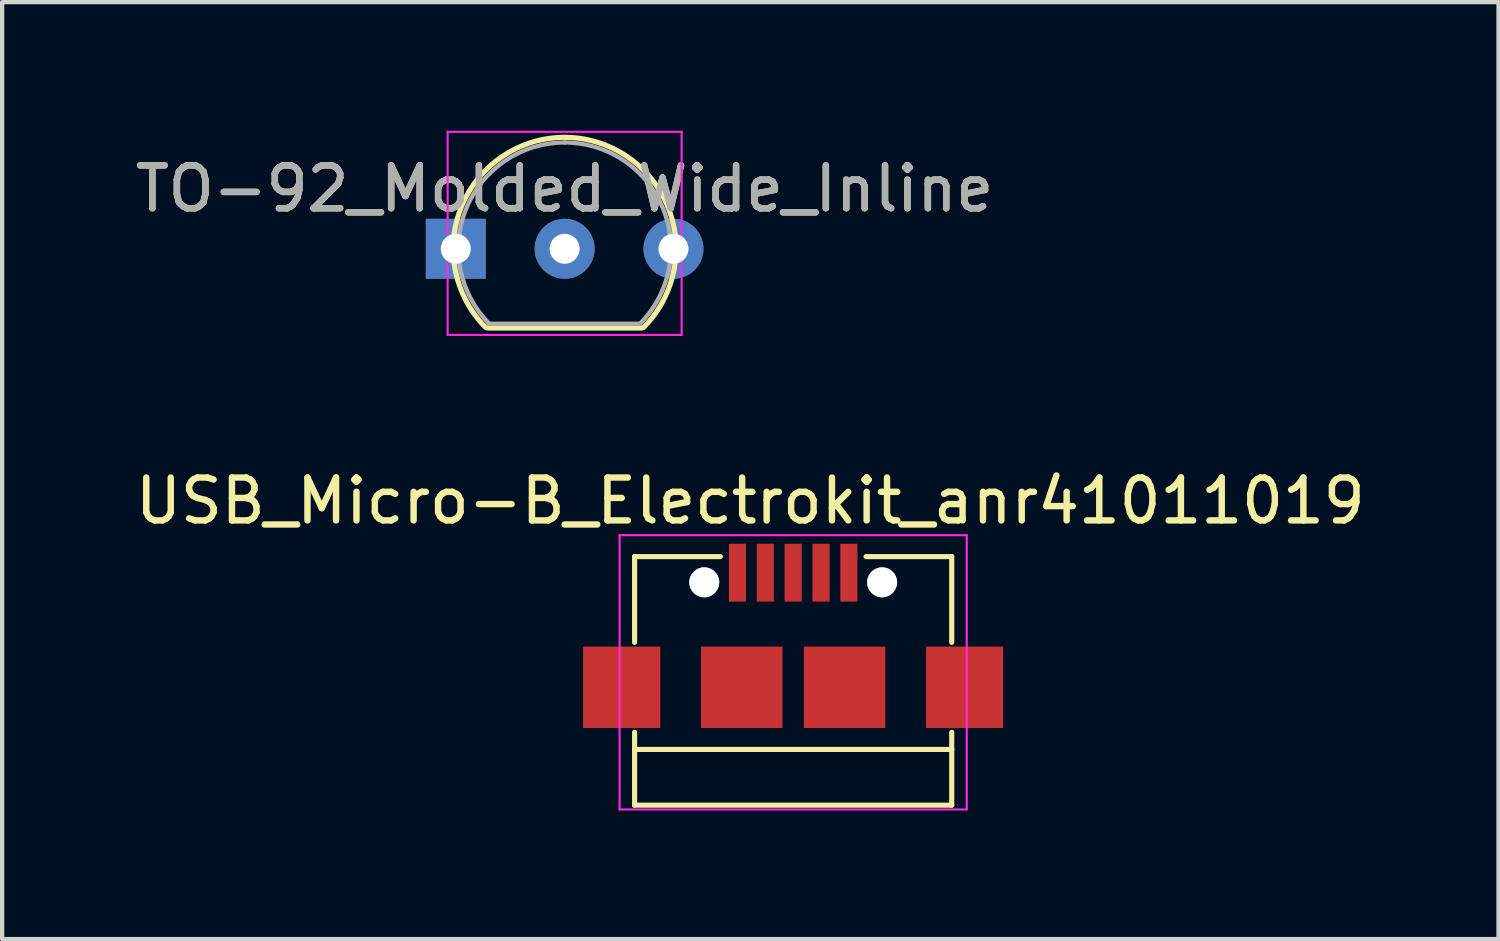
<source format=kicad_pcb>
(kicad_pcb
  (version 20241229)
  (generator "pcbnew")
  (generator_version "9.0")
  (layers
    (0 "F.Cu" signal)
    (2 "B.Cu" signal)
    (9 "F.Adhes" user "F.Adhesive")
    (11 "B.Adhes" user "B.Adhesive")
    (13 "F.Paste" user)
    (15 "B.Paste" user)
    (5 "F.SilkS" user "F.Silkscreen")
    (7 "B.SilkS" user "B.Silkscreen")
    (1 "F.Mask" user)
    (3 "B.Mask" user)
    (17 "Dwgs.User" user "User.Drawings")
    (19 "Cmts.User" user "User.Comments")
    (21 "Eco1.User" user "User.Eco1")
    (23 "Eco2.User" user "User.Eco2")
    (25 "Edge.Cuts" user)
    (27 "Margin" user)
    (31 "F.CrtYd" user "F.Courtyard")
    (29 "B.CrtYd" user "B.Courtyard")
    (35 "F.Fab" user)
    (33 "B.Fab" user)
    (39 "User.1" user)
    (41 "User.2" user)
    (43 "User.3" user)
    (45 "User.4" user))
  (footprint "TO-92_Molded_Wide_Inline"
    (layer "F.Cu")
    (at 8.855 2.755)
    (property "Reference" "TO-92_Molded_Wide_Inline" (at 1.27 -1.401 0) (layer "F.SilkS") (effects (font (size 1 1) (thickness 0.15))))
    (attr through_hole)
    (fp_line (start -0.53 1.85) (end 3.07 1.85) (stroke (width 0.12) (type solid)) (layer "F.SilkS"))
    (fp_arc (start -0.568478 1.838478) (mid -1.132087 -0.994977) (end 1.27 -2.6) (stroke (width 0.12) (type solid)) (layer "F.SilkS"))
    (fp_arc (start 1.27 -2.6) (mid 3.672087 -0.994977) (end 3.108478 1.838478) (stroke (width 0.12) (type solid)) (layer "F.SilkS"))
    (fp_line (start -1.46 -2.73) (end -1.46 2.01) (stroke (width 0.05) (type solid)) (layer "F.CrtYd"))
    (fp_line (start -1.46 -2.73) (end 4 -2.73) (stroke (width 0.05) (type solid)) (layer "F.CrtYd"))
    (fp_line (start 4 2.01) (end -1.46 2.01) (stroke (width 0.05) (type solid)) (layer "F.CrtYd"))
    (fp_line (start 4 2.01) (end 4 -2.73) (stroke (width 0.05) (type solid)) (layer "F.CrtYd"))
    (fp_line (start -0.5 1.75) (end 3 1.75) (stroke (width 0.1) (type solid)) (layer "F.Fab"))
    (fp_arc (start -0.483625 1.753625) (mid -1.021221 -0.949055) (end 1.27 -2.48) (stroke (width 0.1) (type solid)) (layer "F.Fab"))
    (fp_arc (start 1.27 -2.48) (mid 3.561221 -0.949055) (end 3.023625 1.753625) (stroke (width 0.1) (type solid)) (layer "F.Fab"))
    (fp_text user "${REFERENCE}" (at 1.27 -1.401 0) (layer "F.Fab") (effects (font (size 1 1) (thickness 0.15))))
    (pad "1" thru_hole rect (at -1.27 0 90) (size 1.4 1.4) (drill 0.7) (layers "*.Cu" "*.Mask"))
    (pad "2" thru_hole circle (at 1.27 0 90) (size 1.4 1.4) (drill 0.7) (layers "*.Cu" "*.Mask"))
    (pad "3" thru_hole circle (at 3.81 0 90) (size 1.4 1.4) (drill 0.7) (layers "*.Cu" "*.Mask")))
  (footprint "USB_Micro-B_Electrokit_anr41011019"
    (layer "F.Cu")
    (at 15.458 14.438)
    (property "Reference" "USB_Micro-B_Electrokit_anr41011019" (at -1 -5.8 0) (layer "F.SilkS") (effects (font (size 1 1) (thickness 0.15))))
    (attr smd)
    (fp_line (start -3.7 -4.5) (end -3.7 -2.5) (stroke (width 0.12) (type solid)) (layer "F.SilkS"))
    (fp_line (start -3.7 -4.5) (end -1.7 -4.5) (stroke (width 0.12) (type solid)) (layer "F.SilkS"))
    (fp_line (start -3.7 -0.4) (end -3.7 1.3) (stroke (width 0.12) (type solid)) (layer "F.SilkS"))
    (fp_line (start -3.7 1.3) (end 3.7 1.3) (stroke (width 0.12) (type solid)) (layer "F.SilkS"))
    (fp_line (start 1.7 -4.5) (end 3.7 -4.5) (stroke (width 0.12) (type solid)) (layer "F.SilkS"))
    (fp_line (start 3.7 -4.5) (end 3.7 -2.5) (stroke (width 0.12) (type solid)) (layer "F.SilkS"))
    (fp_line (start 3.7 -0.4) (end 3.7 1.3) (stroke (width 0.12) (type solid)) (layer "F.SilkS"))
    (fp_line (start 3.7 0) (end -3.7 0) (stroke (width 0.12) (type solid)) (layer "F.SilkS"))
    (fp_line (start -4.05 -5) (end 4.05 -5) (stroke (width 0.05) (type solid)) (layer "F.CrtYd"))
    (fp_line (start -4.05 1.4) (end -4.05 -5) (stroke (width 0.05) (type solid)) (layer "F.CrtYd"))
    (fp_line (start 4.05 -5) (end 4.05 1.4) (stroke (width 0.05) (type solid)) (layer "F.CrtYd"))
    (fp_line (start 4.05 1.4) (end -4.05 1.4) (stroke (width 0.05) (type solid)) (layer "F.CrtYd"))
    (pad "" thru_hole circle (at -2.075 -3.9) (size 0.7 0.7) (drill 0.7) (layers "*.Cu" "*.Mask"))
    (pad "" thru_hole circle (at 2.075 -3.9) (size 0.7 0.7) (drill 0.7) (layers "*.Cu" "*.Mask"))
    (pad "1" smd rect (at -1.3 -4.125 90) (size 1.35 0.4) (layers "F.Cu" "F.Mask" "F.Paste"))
    (pad "2" smd rect (at -0.65 -4.125 90) (size 1.35 0.4) (layers "F.Cu" "F.Mask" "F.Paste"))
    (pad "3" smd rect (at 0 -4.125 90) (size 1.35 0.4) (layers "F.Cu" "F.Mask" "F.Paste"))
    (pad "4" smd rect (at 0.65 -4.125 90) (size 1.35 0.4) (layers "F.Cu" "F.Mask" "F.Paste"))
    (pad "5" smd rect (at 1.3 -4.125 90) (size 1.35 0.4) (layers "F.Cu" "F.Mask" "F.Paste"))
    (pad "6" smd rect (at -4 -1.45) (size 1.8 1.9) (layers "F.Cu" "F.Mask" "F.Paste"))
    (pad "6" smd rect (at -1.2 -1.45 90) (size 1.9 1.9) (layers "F.Cu" "F.Mask" "F.Paste"))
    (pad "6" smd rect (at 1.2 -1.45 90) (size 1.9 1.9) (layers "F.Cu" "F.Mask" "F.Paste"))
    (pad "6" smd rect (at 4 -1.45) (size 1.8 1.9) (layers "F.Cu" "F.Mask" "F.Paste")))
  (gr_rect
    (start -3 -3)
    (end 31.917 18.863)
    (stroke (width 0.1) (type default))
    (fill no)
    (layer "Edge.Cuts")))
</source>
